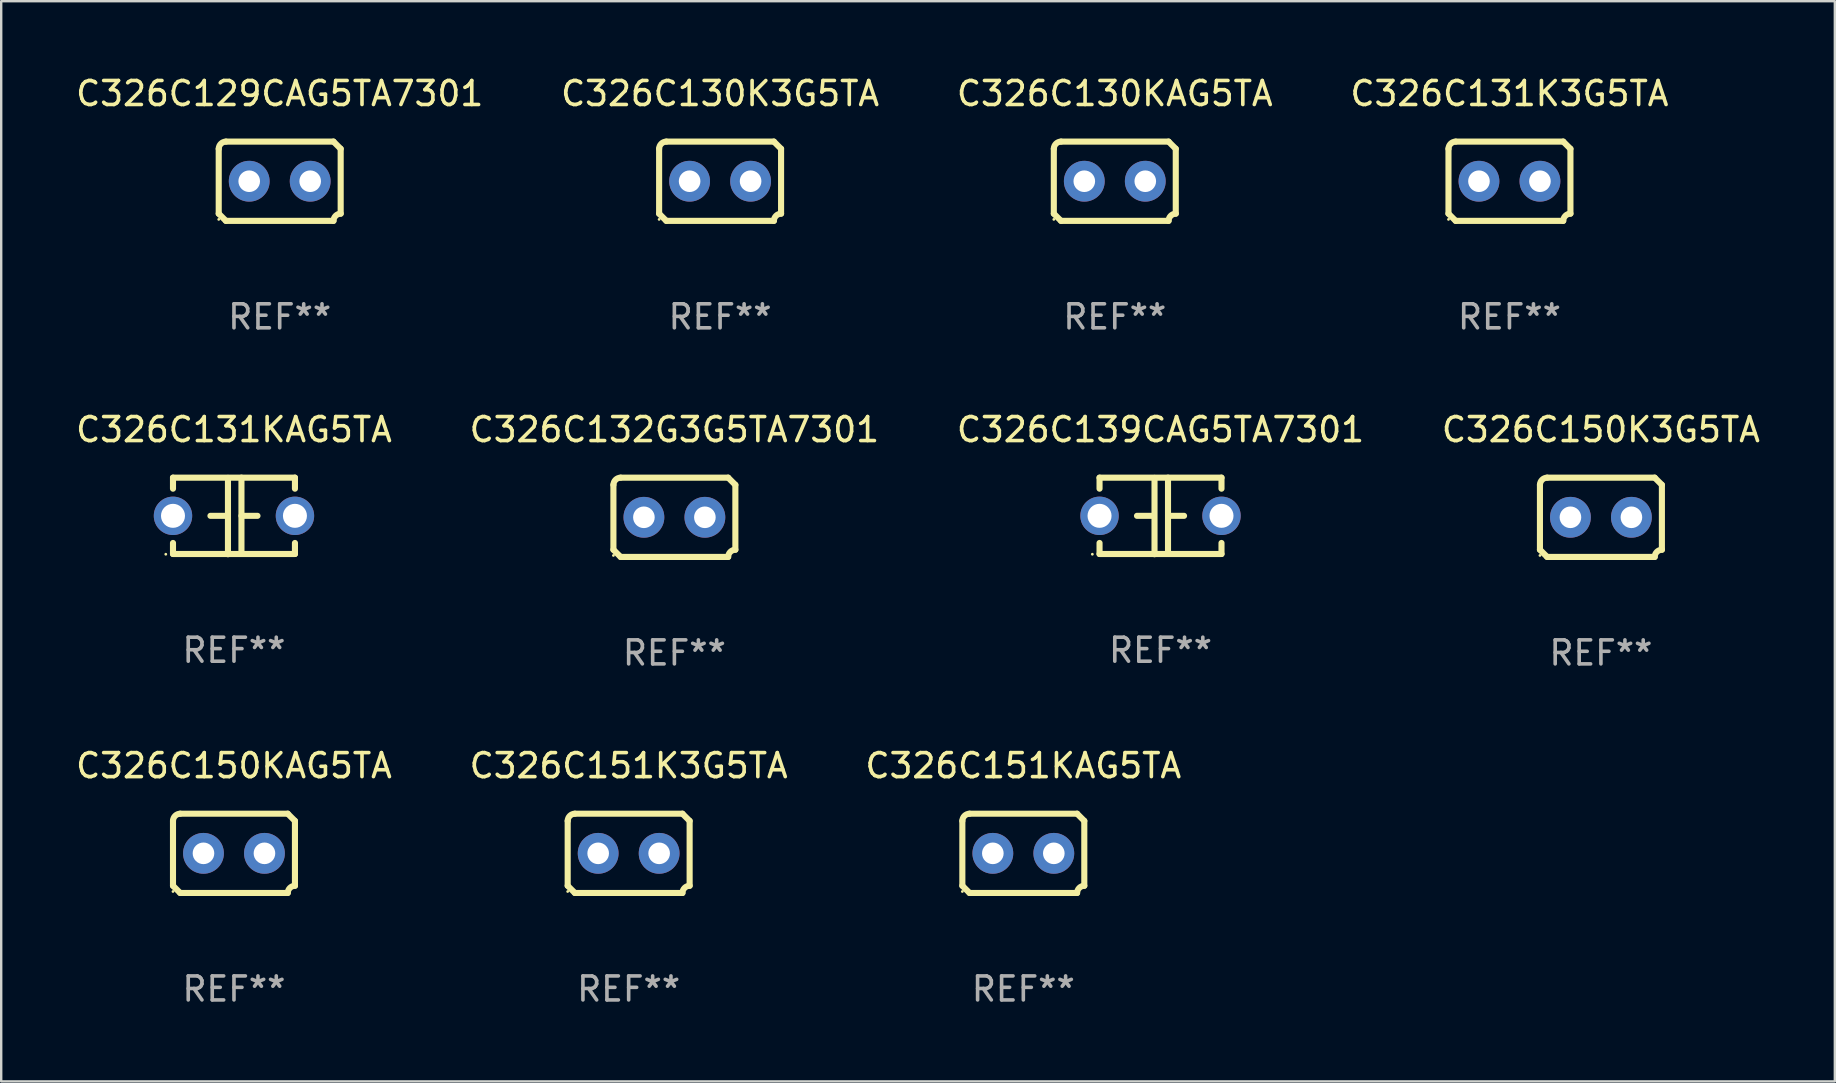
<source format=kicad_pcb>
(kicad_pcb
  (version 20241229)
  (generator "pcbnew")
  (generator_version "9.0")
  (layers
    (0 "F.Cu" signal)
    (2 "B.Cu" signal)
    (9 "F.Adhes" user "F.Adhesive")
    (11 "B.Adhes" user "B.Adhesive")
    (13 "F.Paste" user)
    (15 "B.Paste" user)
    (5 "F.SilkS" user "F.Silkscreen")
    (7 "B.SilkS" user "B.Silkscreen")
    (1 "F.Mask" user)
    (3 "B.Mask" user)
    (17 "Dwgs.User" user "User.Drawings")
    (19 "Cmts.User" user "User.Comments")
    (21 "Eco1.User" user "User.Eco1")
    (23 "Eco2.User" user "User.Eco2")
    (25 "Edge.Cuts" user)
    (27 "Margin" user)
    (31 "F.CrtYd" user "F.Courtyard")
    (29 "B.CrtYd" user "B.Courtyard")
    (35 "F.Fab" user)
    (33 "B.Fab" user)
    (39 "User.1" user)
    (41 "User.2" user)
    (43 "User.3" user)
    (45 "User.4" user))
  (footprint "C326C131KAG5TA"
    (layer "F.Cu")
    (at 6.696 18.442)
    (property "Reference" "C326C131KAG5TA" (at 0 -3.595 0) (layer "F.SilkS") (effects (font (size 1 1) (thickness 0.15))))
    (attr through_hole)
    (fp_line (start -2.54 -1.595) (end -2.54 -1.136) (stroke (width 0.254) (type solid)) (layer "F.SilkS"))
    (fp_line (start -2.54 -1.595) (end 2.54 -1.595) (stroke (width 0.254) (type solid)) (layer "F.SilkS"))
    (fp_line (start -2.54 1.126) (end -2.54 1.585) (stroke (width 0.254) (type solid)) (layer "F.SilkS"))
    (fp_line (start -0.312 -0.005) (end -0.98 -0.005) (stroke (width 0.254) (type solid)) (layer "F.SilkS"))
    (fp_line (start -0.25 -1.585) (end -0.25 1.595) (stroke (width 0.254) (type solid)) (layer "F.SilkS"))
    (fp_line (start 0.312 -1.595) (end 0.312 1.585) (stroke (width 0.254) (type solid)) (layer "F.SilkS"))
    (fp_line (start 0.312 -0.005) (end 0.98 -0.005) (stroke (width 0.254) (type solid)) (layer "F.SilkS"))
    (fp_line (start 2.54 -1.595) (end 2.54 -1.136) (stroke (width 0.254) (type solid)) (layer "F.SilkS"))
    (fp_line (start 2.54 1.126) (end 2.54 1.585) (stroke (width 0.254) (type solid)) (layer "F.SilkS"))
    (fp_line (start 2.54 1.585) (end -2.54 1.585) (stroke (width 0.254) (type solid)) (layer "F.SilkS"))
    (fp_circle (center -2.84 1.595) (end -2.81 1.595) (stroke (width 0.06) (type solid)) (fill no) (layer "F.SilkS"))
    (fp_text user "REF**" (at 0 5.595 0) (layer "F.Fab") (effects (font (size 1 1) (thickness 0.15))))
    (pad "1" thru_hole circle (at -2.54 -0.005) (size 1.6 1.6) (drill 1) (layers "*.Cu" "*.Mask"))
    (pad "2" thru_hole circle (at 2.54 -0.005) (size 1.6 1.6) (drill 1) (layers "*.Cu" "*.Mask")))
  (footprint "C326C130K3G5TA"
    (layer "F.Cu")
    (at 26.946 4.499)
    (property "Reference" "C326C130K3G5TA" (at 0 -3.651 0) (layer "F.SilkS") (effects (font (size 1 1) (thickness 0.15))))
    (attr through_hole)
    (fp_line (start -2.54 -1.351) (end -2.54 1.351) (stroke (width 0.254) (type solid)) (layer "F.SilkS"))
    (fp_line (start -2.24 -1.651) (end 2.24 -1.651) (stroke (width 0.254) (type solid)) (layer "F.SilkS"))
    (fp_line (start 2.24 1.651) (end -2.24 1.651) (stroke (width 0.254) (type solid)) (layer "F.SilkS"))
    (fp_line (start 2.54 1.351) (end 2.54 -1.351) (stroke (width 0.254) (type solid)) (layer "F.SilkS"))
    (fp_arc (start -2.540005 -1.351283) (mid -2.450115 -1.561309) (end -2.240005 -1.651003) (stroke (width 0.254001) (type solid)) (layer "F.SilkS"))
    (fp_arc (start -2.240287 1.651001) (mid -2.390163 1.501019) (end -2.540005 1.351003) (stroke (width 0.254001) (type solid)) (layer "F.SilkS"))
    (fp_arc (start 2.240005 1.651003) (mid 2.329934 1.441015) (end 2.540005 1.351282) (stroke (width 0.254001) (type solid)) (layer "F.SilkS"))
    (fp_arc (start 2.540005 -1.351003) (mid 2.389393 -1.500252) (end 2.240284 -1.651003) (stroke (width 0.254001) (type solid)) (layer "F.SilkS"))
    (fp_circle (center -2.54 1.59) (end -2.51 1.59) (stroke (width 0.06) (type solid)) (fill no) (layer "F.SilkS"))
    (fp_text user "REF**" (at 0 5.651 0) (layer "F.Fab") (effects (font (size 1 1) (thickness 0.15))))
    (pad "1" thru_hole circle (at -1.27 0) (size 1.7 1.7) (drill 0.9) (layers "*.Cu" "*.Mask"))
    (pad "2" thru_hole circle (at 1.27 0) (size 1.7 1.7) (drill 0.9) (layers "*.Cu" "*.Mask")))
  (footprint "C326C150K3G5TA"
    (layer "F.Cu")
    (at 63.637 18.498)
    (property "Reference" "C326C150K3G5TA" (at 0 -3.651 0) (layer "F.SilkS") (effects (font (size 1 1) (thickness 0.15))))
    (attr through_hole)
    (fp_line (start -2.54 -1.351) (end -2.54 1.351) (stroke (width 0.254) (type solid)) (layer "F.SilkS"))
    (fp_line (start -2.24 -1.651) (end 2.24 -1.651) (stroke (width 0.254) (type solid)) (layer "F.SilkS"))
    (fp_line (start 2.24 1.651) (end -2.24 1.651) (stroke (width 0.254) (type solid)) (layer "F.SilkS"))
    (fp_line (start 2.54 1.351) (end 2.54 -1.351) (stroke (width 0.254) (type solid)) (layer "F.SilkS"))
    (fp_arc (start -2.540005 -1.351283) (mid -2.450115 -1.561309) (end -2.240005 -1.651003) (stroke (width 0.254001) (type solid)) (layer "F.SilkS"))
    (fp_arc (start -2.240287 1.651001) (mid -2.390163 1.501019) (end -2.540005 1.351003) (stroke (width 0.254001) (type solid)) (layer "F.SilkS"))
    (fp_arc (start 2.240005 1.651003) (mid 2.329934 1.441015) (end 2.540005 1.351282) (stroke (width 0.254001) (type solid)) (layer "F.SilkS"))
    (fp_arc (start 2.540005 -1.351003) (mid 2.389393 -1.500252) (end 2.240284 -1.651003) (stroke (width 0.254001) (type solid)) (layer "F.SilkS"))
    (fp_circle (center -2.54 1.59) (end -2.51 1.59) (stroke (width 0.06) (type solid)) (fill no) (layer "F.SilkS"))
    (fp_text user "REF**" (at 0 5.651 0) (layer "F.Fab") (effects (font (size 1 1) (thickness 0.15))))
    (pad "1" thru_hole circle (at -1.27 0) (size 1.7 1.7) (drill 0.9) (layers "*.Cu" "*.Mask"))
    (pad "2" thru_hole circle (at 1.27 0) (size 1.7 1.7) (drill 0.9) (layers "*.Cu" "*.Mask")))
  (footprint "C326C131K3G5TA"
    (layer "F.Cu")
    (at 59.827 4.499)
    (property "Reference" "C326C131K3G5TA" (at 0 -3.651 0) (layer "F.SilkS") (effects (font (size 1 1) (thickness 0.15))))
    (attr through_hole)
    (fp_line (start -2.54 -1.351) (end -2.54 1.351) (stroke (width 0.254) (type solid)) (layer "F.SilkS"))
    (fp_line (start -2.24 -1.651) (end 2.24 -1.651) (stroke (width 0.254) (type solid)) (layer "F.SilkS"))
    (fp_line (start 2.24 1.651) (end -2.24 1.651) (stroke (width 0.254) (type solid)) (layer "F.SilkS"))
    (fp_line (start 2.54 1.351) (end 2.54 -1.351) (stroke (width 0.254) (type solid)) (layer "F.SilkS"))
    (fp_arc (start -2.540005 -1.351283) (mid -2.450115 -1.561309) (end -2.240005 -1.651003) (stroke (width 0.254001) (type solid)) (layer "F.SilkS"))
    (fp_arc (start -2.240287 1.651001) (mid -2.390163 1.501019) (end -2.540005 1.351003) (stroke (width 0.254001) (type solid)) (layer "F.SilkS"))
    (fp_arc (start 2.240005 1.651003) (mid 2.329934 1.441015) (end 2.540005 1.351282) (stroke (width 0.254001) (type solid)) (layer "F.SilkS"))
    (fp_arc (start 2.540005 -1.351003) (mid 2.389393 -1.500252) (end 2.240284 -1.651003) (stroke (width 0.254001) (type solid)) (layer "F.SilkS"))
    (fp_circle (center -2.54 1.59) (end -2.51 1.59) (stroke (width 0.06) (type solid)) (fill no) (layer "F.SilkS"))
    (fp_text user "REF**" (at 0 5.651 0) (layer "F.Fab") (effects (font (size 1 1) (thickness 0.15))))
    (pad "1" thru_hole circle (at -1.27 0) (size 1.7 1.7) (drill 0.9) (layers "*.Cu" "*.Mask"))
    (pad "2" thru_hole circle (at 1.27 0) (size 1.7 1.7) (drill 0.9) (layers "*.Cu" "*.Mask")))
  (footprint "C326C129CAG5TA7301"
    (layer "F.Cu")
    (at 8.601 4.499)
    (property "Reference" "C326C129CAG5TA7301" (at 0 -3.651 0) (layer "F.SilkS") (effects (font (size 1 1) (thickness 0.15))))
    (attr through_hole)
    (fp_line (start -2.54 -1.351) (end -2.54 1.351) (stroke (width 0.254) (type solid)) (layer "F.SilkS"))
    (fp_line (start -2.24 -1.651) (end 2.24 -1.651) (stroke (width 0.254) (type solid)) (layer "F.SilkS"))
    (fp_line (start 2.24 1.651) (end -2.24 1.651) (stroke (width 0.254) (type solid)) (layer "F.SilkS"))
    (fp_line (start 2.54 1.351) (end 2.54 -1.351) (stroke (width 0.254) (type solid)) (layer "F.SilkS"))
    (fp_arc (start -2.540005 -1.351283) (mid -2.450115 -1.561309) (end -2.240005 -1.651003) (stroke (width 0.254001) (type solid)) (layer "F.SilkS"))
    (fp_arc (start -2.240287 1.651001) (mid -2.390163 1.501019) (end -2.540005 1.351003) (stroke (width 0.254001) (type solid)) (layer "F.SilkS"))
    (fp_arc (start 2.240005 1.651003) (mid 2.329934 1.441015) (end 2.540005 1.351282) (stroke (width 0.254001) (type solid)) (layer "F.SilkS"))
    (fp_arc (start 2.540005 -1.351003) (mid 2.389393 -1.500252) (end 2.240284 -1.651003) (stroke (width 0.254001) (type solid)) (layer "F.SilkS"))
    (fp_circle (center -2.54 1.59) (end -2.51 1.59) (stroke (width 0.06) (type solid)) (fill no) (layer "F.SilkS"))
    (fp_text user "REF**" (at 0 5.651 0) (layer "F.Fab") (effects (font (size 1 1) (thickness 0.15))))
    (pad "1" thru_hole circle (at -1.27 0) (size 1.7 1.7) (drill 0.9) (layers "*.Cu" "*.Mask"))
    (pad "2" thru_hole circle (at 1.27 0) (size 1.7 1.7) (drill 0.9) (layers "*.Cu" "*.Mask")))
  (footprint "C326C151K3G5TA"
    (layer "F.Cu")
    (at 23.137 32.496)
    (property "Reference" "C326C151K3G5TA" (at 0 -3.651 0) (layer "F.SilkS") (effects (font (size 1 1) (thickness 0.15))))
    (attr through_hole)
    (fp_line (start -2.54 -1.351) (end -2.54 1.351) (stroke (width 0.254) (type solid)) (layer "F.SilkS"))
    (fp_line (start -2.24 -1.651) (end 2.24 -1.651) (stroke (width 0.254) (type solid)) (layer "F.SilkS"))
    (fp_line (start 2.24 1.651) (end -2.24 1.651) (stroke (width 0.254) (type solid)) (layer "F.SilkS"))
    (fp_line (start 2.54 1.351) (end 2.54 -1.351) (stroke (width 0.254) (type solid)) (layer "F.SilkS"))
    (fp_arc (start -2.540005 -1.351283) (mid -2.450115 -1.561309) (end -2.240005 -1.651003) (stroke (width 0.254001) (type solid)) (layer "F.SilkS"))
    (fp_arc (start -2.240287 1.651001) (mid -2.390163 1.501019) (end -2.540005 1.351003) (stroke (width 0.254001) (type solid)) (layer "F.SilkS"))
    (fp_arc (start 2.240005 1.651003) (mid 2.329934 1.441015) (end 2.540005 1.351282) (stroke (width 0.254001) (type solid)) (layer "F.SilkS"))
    (fp_arc (start 2.540005 -1.351003) (mid 2.389393 -1.500252) (end 2.240284 -1.651003) (stroke (width 0.254001) (type solid)) (layer "F.SilkS"))
    (fp_circle (center -2.54 1.59) (end -2.51 1.59) (stroke (width 0.06) (type solid)) (fill no) (layer "F.SilkS"))
    (fp_text user "REF**" (at 0 5.651 0) (layer "F.Fab") (effects (font (size 1 1) (thickness 0.15))))
    (pad "1" thru_hole circle (at -1.27 0) (size 1.7 1.7) (drill 0.9) (layers "*.Cu" "*.Mask"))
    (pad "2" thru_hole circle (at 1.27 0) (size 1.7 1.7) (drill 0.9) (layers "*.Cu" "*.Mask")))
  (footprint "C326C151KAG5TA"
    (layer "F.Cu")
    (at 39.577 32.496)
    (property "Reference" "C326C151KAG5TA" (at 0 -3.651 0) (layer "F.SilkS") (effects (font (size 1 1) (thickness 0.15))))
    (attr through_hole)
    (fp_line (start -2.54 -1.351) (end -2.54 1.351) (stroke (width 0.254) (type solid)) (layer "F.SilkS"))
    (fp_line (start -2.24 -1.651) (end 2.24 -1.651) (stroke (width 0.254) (type solid)) (layer "F.SilkS"))
    (fp_line (start 2.24 1.651) (end -2.24 1.651) (stroke (width 0.254) (type solid)) (layer "F.SilkS"))
    (fp_line (start 2.54 1.351) (end 2.54 -1.351) (stroke (width 0.254) (type solid)) (layer "F.SilkS"))
    (fp_arc (start -2.540005 -1.351283) (mid -2.450115 -1.561309) (end -2.240005 -1.651003) (stroke (width 0.254001) (type solid)) (layer "F.SilkS"))
    (fp_arc (start -2.240287 1.651001) (mid -2.390163 1.501019) (end -2.540005 1.351003) (stroke (width 0.254001) (type solid)) (layer "F.SilkS"))
    (fp_arc (start 2.240005 1.651003) (mid 2.329934 1.441015) (end 2.540005 1.351282) (stroke (width 0.254001) (type solid)) (layer "F.SilkS"))
    (fp_arc (start 2.540005 -1.351003) (mid 2.389393 -1.500252) (end 2.240284 -1.651003) (stroke (width 0.254001) (type solid)) (layer "F.SilkS"))
    (fp_circle (center -2.54 1.59) (end -2.51 1.59) (stroke (width 0.06) (type solid)) (fill no) (layer "F.SilkS"))
    (fp_text user "REF**" (at 0 5.651 0) (layer "F.Fab") (effects (font (size 1 1) (thickness 0.15))))
    (pad "1" thru_hole circle (at -1.27 0) (size 1.7 1.7) (drill 0.9) (layers "*.Cu" "*.Mask"))
    (pad "2" thru_hole circle (at 1.27 0) (size 1.7 1.7) (drill 0.9) (layers "*.Cu" "*.Mask")))
  (footprint "C326C150KAG5TA"
    (layer "F.Cu")
    (at 6.696 32.496)
    (property "Reference" "C326C150KAG5TA" (at 0 -3.651 0) (layer "F.SilkS") (effects (font (size 1 1) (thickness 0.15))))
    (attr through_hole)
    (fp_line (start -2.54 -1.351) (end -2.54 1.351) (stroke (width 0.254) (type solid)) (layer "F.SilkS"))
    (fp_line (start -2.24 -1.651) (end 2.24 -1.651) (stroke (width 0.254) (type solid)) (layer "F.SilkS"))
    (fp_line (start 2.24 1.651) (end -2.24 1.651) (stroke (width 0.254) (type solid)) (layer "F.SilkS"))
    (fp_line (start 2.54 1.351) (end 2.54 -1.351) (stroke (width 0.254) (type solid)) (layer "F.SilkS"))
    (fp_arc (start -2.540005 -1.351283) (mid -2.450115 -1.561309) (end -2.240005 -1.651003) (stroke (width 0.254001) (type solid)) (layer "F.SilkS"))
    (fp_arc (start -2.240287 1.651001) (mid -2.390163 1.501019) (end -2.540005 1.351003) (stroke (width 0.254001) (type solid)) (layer "F.SilkS"))
    (fp_arc (start 2.240005 1.651003) (mid 2.329934 1.441015) (end 2.540005 1.351282) (stroke (width 0.254001) (type solid)) (layer "F.SilkS"))
    (fp_arc (start 2.540005 -1.351003) (mid 2.389393 -1.500252) (end 2.240284 -1.651003) (stroke (width 0.254001) (type solid)) (layer "F.SilkS"))
    (fp_circle (center -2.54 1.59) (end -2.51 1.59) (stroke (width 0.06) (type solid)) (fill no) (layer "F.SilkS"))
    (fp_text user "REF**" (at 0 5.651 0) (layer "F.Fab") (effects (font (size 1 1) (thickness 0.15))))
    (pad "1" thru_hole circle (at -1.27 0) (size 1.7 1.7) (drill 0.9) (layers "*.Cu" "*.Mask"))
    (pad "2" thru_hole circle (at 1.27 0) (size 1.7 1.7) (drill 0.9) (layers "*.Cu" "*.Mask")))
  (footprint "C326C132G3G5TA7301"
    (layer "F.Cu")
    (at 25.042 18.498)
    (property "Reference" "C326C132G3G5TA7301" (at 0 -3.651 0) (layer "F.SilkS") (effects (font (size 1 1) (thickness 0.15))))
    (attr through_hole)
    (fp_line (start -2.54 -1.351) (end -2.54 1.351) (stroke (width 0.254) (type solid)) (layer "F.SilkS"))
    (fp_line (start -2.24 -1.651) (end 2.24 -1.651) (stroke (width 0.254) (type solid)) (layer "F.SilkS"))
    (fp_line (start 2.24 1.651) (end -2.24 1.651) (stroke (width 0.254) (type solid)) (layer "F.SilkS"))
    (fp_line (start 2.54 1.351) (end 2.54 -1.351) (stroke (width 0.254) (type solid)) (layer "F.SilkS"))
    (fp_arc (start -2.540005 -1.351283) (mid -2.450115 -1.561309) (end -2.240005 -1.651003) (stroke (width 0.254001) (type solid)) (layer "F.SilkS"))
    (fp_arc (start -2.240287 1.651001) (mid -2.390163 1.501019) (end -2.540005 1.351003) (stroke (width 0.254001) (type solid)) (layer "F.SilkS"))
    (fp_arc (start 2.240005 1.651003) (mid 2.329934 1.441015) (end 2.540005 1.351282) (stroke (width 0.254001) (type solid)) (layer "F.SilkS"))
    (fp_arc (start 2.540005 -1.351003) (mid 2.389393 -1.500252) (end 2.240284 -1.651003) (stroke (width 0.254001) (type solid)) (layer "F.SilkS"))
    (fp_circle (center -2.54 1.59) (end -2.51 1.59) (stroke (width 0.06) (type solid)) (fill no) (layer "F.SilkS"))
    (fp_text user "REF**" (at 0 5.651 0) (layer "F.Fab") (effects (font (size 1 1) (thickness 0.15))))
    (pad "1" thru_hole circle (at -1.27 0) (size 1.7 1.7) (drill 0.9) (layers "*.Cu" "*.Mask"))
    (pad "2" thru_hole circle (at 1.27 0) (size 1.7 1.7) (drill 0.9) (layers "*.Cu" "*.Mask")))
  (footprint "C326C139CAG5TA7301"
    (layer "F.Cu")
    (at 45.292 18.442)
    (property "Reference" "C326C139CAG5TA7301" (at 0 -3.595 0) (layer "F.SilkS") (effects (font (size 1 1) (thickness 0.15))))
    (attr through_hole)
    (fp_line (start -2.54 -1.595) (end -2.54 -1.136) (stroke (width 0.254) (type solid)) (layer "F.SilkS"))
    (fp_line (start -2.54 -1.595) (end 2.54 -1.595) (stroke (width 0.254) (type solid)) (layer "F.SilkS"))
    (fp_line (start -2.54 1.126) (end -2.54 1.585) (stroke (width 0.254) (type solid)) (layer "F.SilkS"))
    (fp_line (start -0.312 -0.005) (end -0.98 -0.005) (stroke (width 0.254) (type solid)) (layer "F.SilkS"))
    (fp_line (start -0.25 -1.585) (end -0.25 1.595) (stroke (width 0.254) (type solid)) (layer "F.SilkS"))
    (fp_line (start 0.312 -1.595) (end 0.312 1.585) (stroke (width 0.254) (type solid)) (layer "F.SilkS"))
    (fp_line (start 0.312 -0.005) (end 0.98 -0.005) (stroke (width 0.254) (type solid)) (layer "F.SilkS"))
    (fp_line (start 2.54 -1.595) (end 2.54 -1.136) (stroke (width 0.254) (type solid)) (layer "F.SilkS"))
    (fp_line (start 2.54 1.126) (end 2.54 1.585) (stroke (width 0.254) (type solid)) (layer "F.SilkS"))
    (fp_line (start 2.54 1.585) (end -2.54 1.585) (stroke (width 0.254) (type solid)) (layer "F.SilkS"))
    (fp_circle (center -2.84 1.595) (end -2.81 1.595) (stroke (width 0.06) (type solid)) (fill no) (layer "F.SilkS"))
    (fp_text user "REF**" (at 0 5.595 0) (layer "F.Fab") (effects (font (size 1 1) (thickness 0.15))))
    (pad "1" thru_hole circle (at -2.54 -0.005) (size 1.6 1.6) (drill 1) (layers "*.Cu" "*.Mask"))
    (pad "2" thru_hole circle (at 2.54 -0.005) (size 1.6 1.6) (drill 1) (layers "*.Cu" "*.Mask")))
  (footprint "C326C130KAG5TA"
    (layer "F.Cu")
    (at 43.387 4.499)
    (property "Reference" "C326C130KAG5TA" (at 0 -3.651 0) (layer "F.SilkS") (effects (font (size 1 1) (thickness 0.15))))
    (attr through_hole)
    (fp_line (start -2.54 -1.351) (end -2.54 1.351) (stroke (width 0.254) (type solid)) (layer "F.SilkS"))
    (fp_line (start -2.24 -1.651) (end 2.24 -1.651) (stroke (width 0.254) (type solid)) (layer "F.SilkS"))
    (fp_line (start 2.24 1.651) (end -2.24 1.651) (stroke (width 0.254) (type solid)) (layer "F.SilkS"))
    (fp_line (start 2.54 1.351) (end 2.54 -1.351) (stroke (width 0.254) (type solid)) (layer "F.SilkS"))
    (fp_arc (start -2.540005 -1.351283) (mid -2.450115 -1.561309) (end -2.240005 -1.651003) (stroke (width 0.254001) (type solid)) (layer "F.SilkS"))
    (fp_arc (start -2.240287 1.651001) (mid -2.390163 1.501019) (end -2.540005 1.351003) (stroke (width 0.254001) (type solid)) (layer "F.SilkS"))
    (fp_arc (start 2.240005 1.651003) (mid 2.329934 1.441015) (end 2.540005 1.351282) (stroke (width 0.254001) (type solid)) (layer "F.SilkS"))
    (fp_arc (start 2.540005 -1.351003) (mid 2.389393 -1.500252) (end 2.240284 -1.651003) (stroke (width 0.254001) (type solid)) (layer "F.SilkS"))
    (fp_circle (center -2.54 1.59) (end -2.51 1.59) (stroke (width 0.06) (type solid)) (fill no) (layer "F.SilkS"))
    (fp_text user "REF**" (at 0 5.651 0) (layer "F.Fab") (effects (font (size 1 1) (thickness 0.15))))
    (pad "1" thru_hole circle (at -1.27 0) (size 1.7 1.7) (drill 0.9) (layers "*.Cu" "*.Mask"))
    (pad "2" thru_hole circle (at 1.27 0) (size 1.7 1.7) (drill 0.9) (layers "*.Cu" "*.Mask")))
  (gr_rect
    (start -3 -3)
    (end 73.381 41.996)
    (stroke (width 0.1) (type default))
    (fill no)
    (layer "Edge.Cuts")))
</source>
